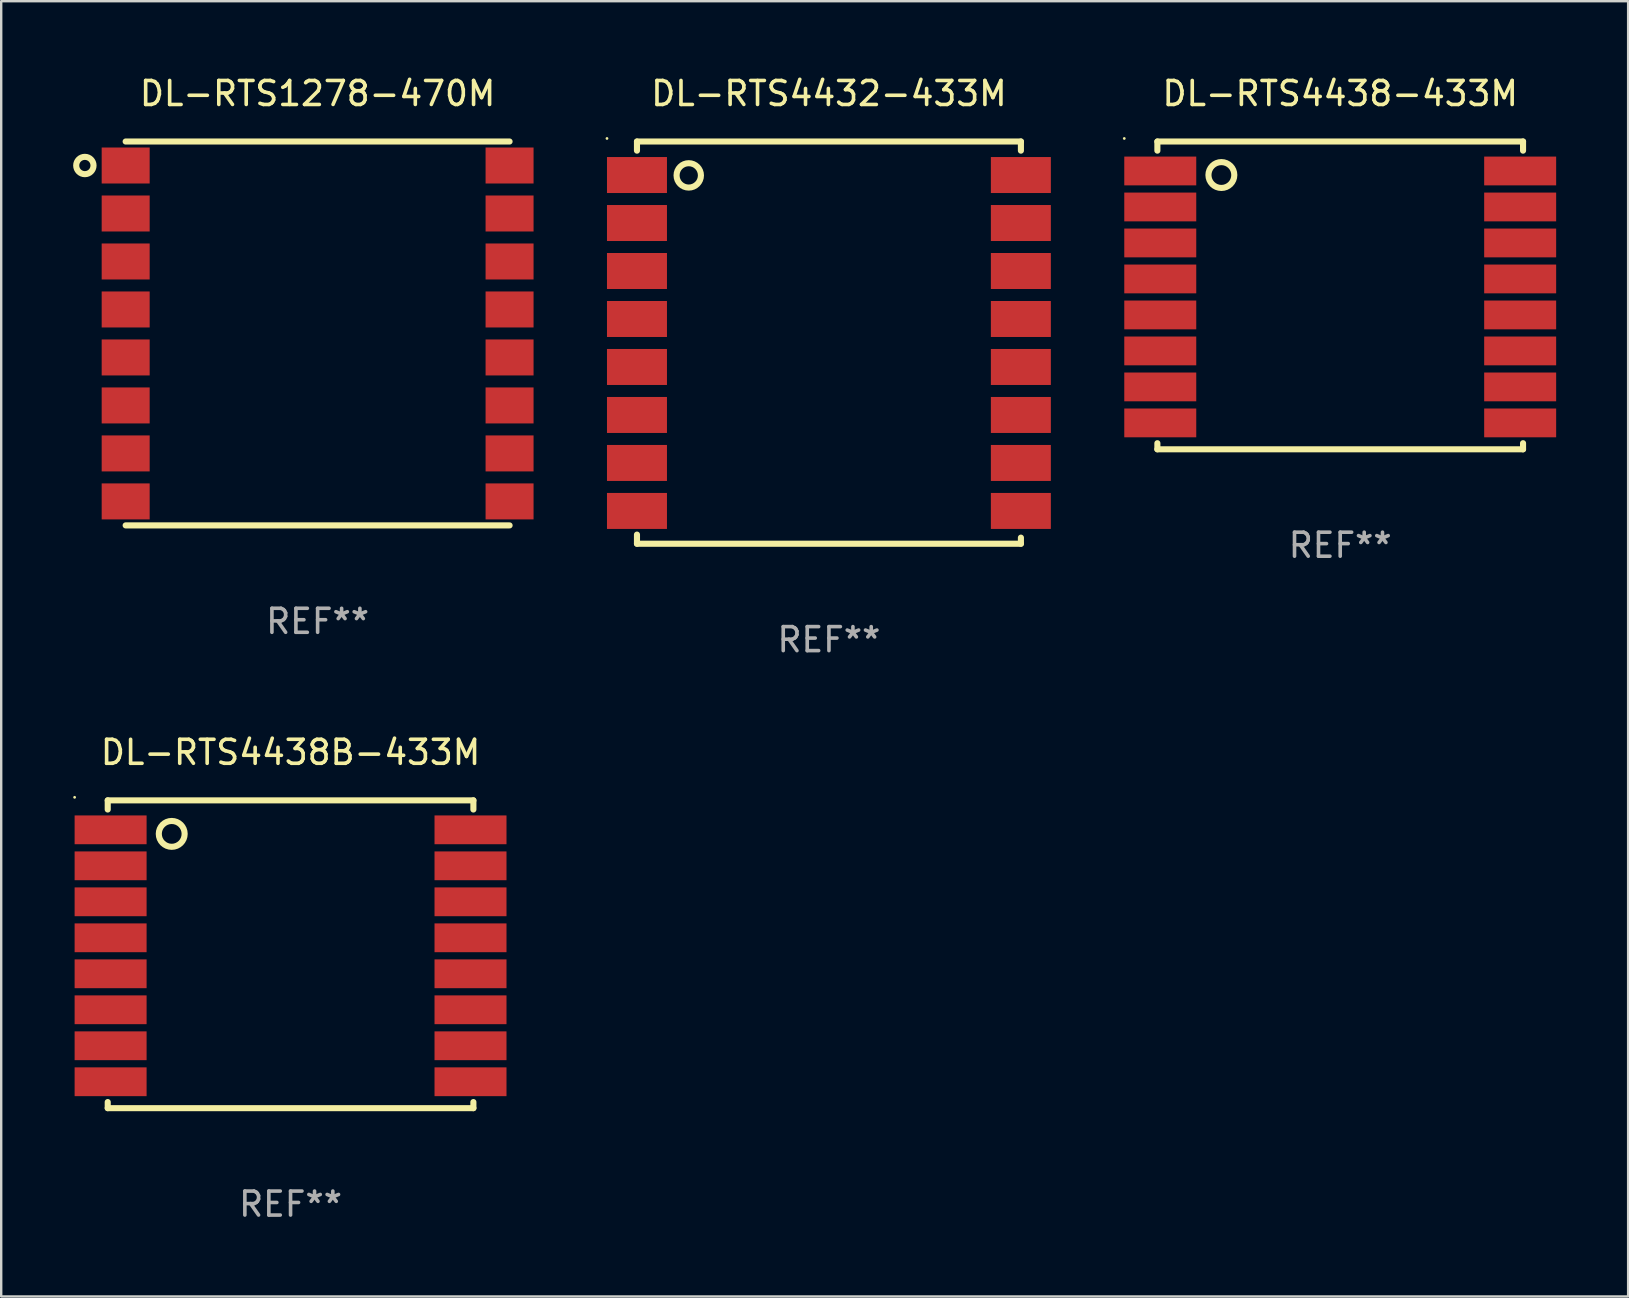
<source format=kicad_pcb>
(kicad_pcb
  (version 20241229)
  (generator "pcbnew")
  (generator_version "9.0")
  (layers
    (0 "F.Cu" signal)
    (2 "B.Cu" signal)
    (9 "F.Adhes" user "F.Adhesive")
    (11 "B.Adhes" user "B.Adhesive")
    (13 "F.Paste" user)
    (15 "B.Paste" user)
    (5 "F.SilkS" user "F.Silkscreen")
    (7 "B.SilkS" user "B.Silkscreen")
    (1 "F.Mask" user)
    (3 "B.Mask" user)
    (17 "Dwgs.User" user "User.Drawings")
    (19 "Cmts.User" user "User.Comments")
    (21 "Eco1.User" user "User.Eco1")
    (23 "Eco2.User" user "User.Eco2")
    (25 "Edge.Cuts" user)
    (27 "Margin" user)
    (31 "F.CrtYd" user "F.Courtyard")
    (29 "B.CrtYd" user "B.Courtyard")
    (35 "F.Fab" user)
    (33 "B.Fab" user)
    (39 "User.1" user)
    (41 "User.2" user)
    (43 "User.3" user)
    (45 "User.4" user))
  (footprint "DL-RTS4438B-433M"
    (layer "F.Cu")
    (at 9.06 36.722)
    (property "Reference" "DL-RTS4438B-433M" (at 0 -8.414 0) (layer "F.SilkS") (effects (font (size 1 1) (thickness 0.15))))
    (attr through_hole)
    (fp_line (start -7.62 -6.414) (end 7.62 -6.414) (stroke (width 0.254) (type solid)) (layer "F.SilkS"))
    (fp_line (start -7.62 -6.033) (end -7.62 -6.414) (stroke (width 0.254) (type solid)) (layer "F.SilkS"))
    (fp_line (start -7.62 6.16) (end -7.62 6.414) (stroke (width 0.254) (type solid)) (layer "F.SilkS"))
    (fp_line (start -7.62 6.414) (end 7.62 6.414) (stroke (width 0.254) (type solid)) (layer "F.SilkS"))
    (fp_line (start 7.62 -6.414) (end 7.62 -6.033) (stroke (width 0.254) (type solid)) (layer "F.SilkS"))
    (fp_line (start 7.62 6.414) (end 7.62 6.16) (stroke (width 0.254) (type solid)) (layer "F.SilkS"))
    (fp_circle (center -9 -6.541) (end -8.97 -6.541) (stroke (width 0.06) (type solid)) (fill no) (layer "F.SilkS"))
    (fp_circle (center -4.953 -5.017) (end -4.414 -5.017) (stroke (width 0.254) (type solid)) (fill no) (layer "F.SilkS"))
    (fp_text user "REF**" (at 0 10.414 0) (layer "F.Fab") (effects (font (size 1 1) (thickness 0.15))))
    (pad "1" smd rect (at -7.5 -5.186) (size 3 1.2) (layers "F.Cu" "F.Mask" "F.Paste"))
    (pad "2" smd rect (at -7.5 -3.686) (size 3 1.2) (layers "F.Cu" "F.Mask" "F.Paste"))
    (pad "3" smd rect (at -7.5 -2.186) (size 3 1.2) (layers "F.Cu" "F.Mask" "F.Paste"))
    (pad "4" smd rect (at -7.5 -0.686) (size 3 1.2) (layers "F.Cu" "F.Mask" "F.Paste"))
    (pad "5" smd rect (at -7.5 0.814) (size 3 1.2) (layers "F.Cu" "F.Mask" "F.Paste"))
    (pad "6" smd rect (at -7.5 2.314) (size 3 1.2) (layers "F.Cu" "F.Mask" "F.Paste"))
    (pad "7" smd rect (at -7.5 3.814) (size 3 1.2) (layers "F.Cu" "F.Mask" "F.Paste"))
    (pad "8" smd rect (at -7.5 5.314) (size 3 1.2) (layers "F.Cu" "F.Mask" "F.Paste"))
    (pad "9" smd rect (at 7.5 5.314) (size 3 1.2) (layers "F.Cu" "F.Mask" "F.Paste"))
    (pad "10" smd rect (at 7.5 3.814) (size 3 1.2) (layers "F.Cu" "F.Mask" "F.Paste"))
    (pad "11" smd rect (at 7.5 2.314) (size 3 1.2) (layers "F.Cu" "F.Mask" "F.Paste"))
    (pad "12" smd rect (at 7.5 0.814) (size 3 1.2) (layers "F.Cu" "F.Mask" "F.Paste"))
    (pad "13" smd rect (at 7.5 -0.686) (size 3 1.2) (layers "F.Cu" "F.Mask" "F.Paste"))
    (pad "14" smd rect (at 7.5 -2.186) (size 3 1.2) (layers "F.Cu" "F.Mask" "F.Paste"))
    (pad "15" smd rect (at 7.5 -3.686) (size 3 1.2) (layers "F.Cu" "F.Mask" "F.Paste"))
    (pad "16" smd rect (at 7.5 -5.186) (size 3 1.2) (layers "F.Cu" "F.Mask" "F.Paste")))
  (footprint "DL-RTS1278-470M"
    (layer "F.Cu")
    (at 10.188 10.848)
    (property "Reference" "DL-RTS1278-470M" (at 0 -10 0) (layer "F.SilkS") (effects (font (size 1 1) (thickness 0.15))))
    (attr through_hole)
    (fp_line (start -8.001 -8) (end 8 -8) (stroke (width 0.254) (type solid)) (layer "F.SilkS"))
    (fp_line (start -8.001 8) (end 8.001 8) (stroke (width 0.254) (type solid)) (layer "F.SilkS"))
    (fp_circle (center -9.701 -7) (end -9.34 -7) (stroke (width 0.254) (type solid)) (fill no) (layer "F.SilkS"))
    (fp_text user "REF**" (at 0 12 0) (layer "F.Fab") (effects (font (size 1 1) (thickness 0.15))))
    (pad "1" smd rect (at -8 -7 90) (size 1.5 2) (layers "F.Cu" "F.Mask" "F.Paste"))
    (pad "2" smd rect (at -8 -5 90) (size 1.5 2) (layers "F.Cu" "F.Mask" "F.Paste"))
    (pad "3" smd rect (at -8 -3 90) (size 1.5 2) (layers "F.Cu" "F.Mask" "F.Paste"))
    (pad "4" smd rect (at -8 -1 90) (size 1.5 2) (layers "F.Cu" "F.Mask" "F.Paste"))
    (pad "5" smd rect (at -8 1 90) (size 1.5 2) (layers "F.Cu" "F.Mask" "F.Paste"))
    (pad "6" smd rect (at -8 3 90) (size 1.5 2) (layers "F.Cu" "F.Mask" "F.Paste"))
    (pad "7" smd rect (at -8 5 90) (size 1.5 2) (layers "F.Cu" "F.Mask" "F.Paste"))
    (pad "8" smd rect (at -8 7 90) (size 1.5 2) (layers "F.Cu" "F.Mask" "F.Paste"))
    (pad "9" smd rect (at 8 7 90) (size 1.5 2) (layers "F.Cu" "F.Mask" "F.Paste"))
    (pad "10" smd rect (at 8 5 90) (size 1.5 2) (layers "F.Cu" "F.Mask" "F.Paste"))
    (pad "11" smd rect (at 8 3 90) (size 1.5 2) (layers "F.Cu" "F.Mask" "F.Paste"))
    (pad "12" smd rect (at 8 1 90) (size 1.5 2) (layers "F.Cu" "F.Mask" "F.Paste"))
    (pad "13" smd rect (at 8 -1 90) (size 1.5 2) (layers "F.Cu" "F.Mask" "F.Paste"))
    (pad "14" smd rect (at 8 -3 90) (size 1.5 2) (layers "F.Cu" "F.Mask" "F.Paste"))
    (pad "15" smd rect (at 8 -5 90) (size 1.5 2) (layers "F.Cu" "F.Mask" "F.Paste"))
    (pad "16" smd rect (at 8 -7 90) (size 1.5 2) (layers "F.Cu" "F.Mask" "F.Paste")))
  (footprint "DL-RTS4432-433M"
    (layer "F.Cu")
    (at 31.499 11.23)
    (property "Reference" "DL-RTS4432-433M" (at 0 -10.382 0) (layer "F.SilkS") (effects (font (size 1 1) (thickness 0.15))))
    (attr through_hole)
    (fp_line (start -8.001 -8.382) (end 8.001 -8.382) (stroke (width 0.254) (type solid)) (layer "F.SilkS"))
    (fp_line (start -8.001 -8.001) (end -8.001 -8.382) (stroke (width 0.254) (type solid)) (layer "F.SilkS"))
    (fp_line (start -8.001 8.001) (end -8.001 8.382) (stroke (width 0.254) (type solid)) (layer "F.SilkS"))
    (fp_line (start -8.001 8.382) (end 8.001 8.382) (stroke (width 0.254) (type solid)) (layer "F.SilkS"))
    (fp_line (start 8.001 -8.382) (end 8.001 -8.001) (stroke (width 0.254) (type solid)) (layer "F.SilkS"))
    (fp_line (start 8.001 8.382) (end 8.001 8.128) (stroke (width 0.254) (type solid)) (layer "F.SilkS"))
    (fp_circle (center -9.251 -8.509) (end -9.221 -8.509) (stroke (width 0.06) (type solid)) (fill no) (layer "F.SilkS"))
    (fp_circle (center -5.843 -6.97) (end -5.335 -6.97) (stroke (width 0.254) (type solid)) (fill no) (layer "F.SilkS"))
    (fp_text user "REF**" (at 0 12.382 0) (layer "F.Fab") (effects (font (size 1 1) (thickness 0.15))))
    (pad "1" smd rect (at -8.001 -6.985) (size 2.5 1.5) (layers "F.Cu" "F.Mask" "F.Paste"))
    (pad "2" smd rect (at -8.001 -4.985) (size 2.5 1.5) (layers "F.Cu" "F.Mask" "F.Paste"))
    (pad "3" smd rect (at -8.001 -2.985) (size 2.5 1.5) (layers "F.Cu" "F.Mask" "F.Paste"))
    (pad "4" smd rect (at -8.001 -0.985) (size 2.5 1.5) (layers "F.Cu" "F.Mask" "F.Paste"))
    (pad "5" smd rect (at -8.001 1.015) (size 2.5 1.5) (layers "F.Cu" "F.Mask" "F.Paste"))
    (pad "6" smd rect (at -8.001 3.015) (size 2.5 1.5) (layers "F.Cu" "F.Mask" "F.Paste"))
    (pad "7" smd rect (at -8.001 5.015) (size 2.5 1.5) (layers "F.Cu" "F.Mask" "F.Paste"))
    (pad "8" smd rect (at -8.001 7.015) (size 2.5 1.5) (layers "F.Cu" "F.Mask" "F.Paste"))
    (pad "9" smd rect (at 7.999 7.015) (size 2.5 1.5) (layers "F.Cu" "F.Mask" "F.Paste"))
    (pad "10" smd rect (at 7.999 5.015) (size 2.5 1.5) (layers "F.Cu" "F.Mask" "F.Paste"))
    (pad "11" smd rect (at 7.999 3.015) (size 2.5 1.5) (layers "F.Cu" "F.Mask" "F.Paste"))
    (pad "12" smd rect (at 7.999 1.015) (size 2.5 1.5) (layers "F.Cu" "F.Mask" "F.Paste"))
    (pad "13" smd rect (at 7.999 -0.985) (size 2.5 1.5) (layers "F.Cu" "F.Mask" "F.Paste"))
    (pad "14" smd rect (at 7.999 -2.985) (size 2.5 1.5) (layers "F.Cu" "F.Mask" "F.Paste"))
    (pad "15" smd rect (at 7.999 -4.985) (size 2.5 1.5) (layers "F.Cu" "F.Mask" "F.Paste"))
    (pad "16" smd rect (at 7.999 -6.985) (size 2.5 1.5) (layers "F.Cu" "F.Mask" "F.Paste")))
  (footprint "DL-RTS4438-433M"
    (layer "F.Cu")
    (at 52.808 9.262)
    (property "Reference" "DL-RTS4438-433M" (at 0 -8.414 0) (layer "F.SilkS") (effects (font (size 1 1) (thickness 0.15))))
    (attr through_hole)
    (fp_line (start -7.62 -6.414) (end 7.62 -6.414) (stroke (width 0.254) (type solid)) (layer "F.SilkS"))
    (fp_line (start -7.62 -6.033) (end -7.62 -6.414) (stroke (width 0.254) (type solid)) (layer "F.SilkS"))
    (fp_line (start -7.62 6.16) (end -7.62 6.414) (stroke (width 0.254) (type solid)) (layer "F.SilkS"))
    (fp_line (start -7.62 6.414) (end 7.62 6.414) (stroke (width 0.254) (type solid)) (layer "F.SilkS"))
    (fp_line (start 7.62 -6.414) (end 7.62 -6.033) (stroke (width 0.254) (type solid)) (layer "F.SilkS"))
    (fp_line (start 7.62 6.414) (end 7.62 6.16) (stroke (width 0.254) (type solid)) (layer "F.SilkS"))
    (fp_circle (center -9 -6.541) (end -8.97 -6.541) (stroke (width 0.06) (type solid)) (fill no) (layer "F.SilkS"))
    (fp_circle (center -4.953 -5.017) (end -4.414 -5.017) (stroke (width 0.254) (type solid)) (fill no) (layer "F.SilkS"))
    (fp_text user "REF**" (at 0 10.414 0) (layer "F.Fab") (effects (font (size 1 1) (thickness 0.15))))
    (pad "1" smd rect (at -7.5 -5.186) (size 3 1.2) (layers "F.Cu" "F.Mask" "F.Paste"))
    (pad "2" smd rect (at -7.5 -3.686) (size 3 1.2) (layers "F.Cu" "F.Mask" "F.Paste"))
    (pad "3" smd rect (at -7.5 -2.186) (size 3 1.2) (layers "F.Cu" "F.Mask" "F.Paste"))
    (pad "4" smd rect (at -7.5 -0.686) (size 3 1.2) (layers "F.Cu" "F.Mask" "F.Paste"))
    (pad "5" smd rect (at -7.5 0.814) (size 3 1.2) (layers "F.Cu" "F.Mask" "F.Paste"))
    (pad "6" smd rect (at -7.5 2.314) (size 3 1.2) (layers "F.Cu" "F.Mask" "F.Paste"))
    (pad "7" smd rect (at -7.5 3.814) (size 3 1.2) (layers "F.Cu" "F.Mask" "F.Paste"))
    (pad "8" smd rect (at -7.5 5.314) (size 3 1.2) (layers "F.Cu" "F.Mask" "F.Paste"))
    (pad "9" smd rect (at 7.5 5.314) (size 3 1.2) (layers "F.Cu" "F.Mask" "F.Paste"))
    (pad "10" smd rect (at 7.5 3.814) (size 3 1.2) (layers "F.Cu" "F.Mask" "F.Paste"))
    (pad "11" smd rect (at 7.5 2.314) (size 3 1.2) (layers "F.Cu" "F.Mask" "F.Paste"))
    (pad "12" smd rect (at 7.5 0.814) (size 3 1.2) (layers "F.Cu" "F.Mask" "F.Paste"))
    (pad "13" smd rect (at 7.5 -0.686) (size 3 1.2) (layers "F.Cu" "F.Mask" "F.Paste"))
    (pad "14" smd rect (at 7.5 -2.186) (size 3 1.2) (layers "F.Cu" "F.Mask" "F.Paste"))
    (pad "15" smd rect (at 7.5 -3.686) (size 3 1.2) (layers "F.Cu" "F.Mask" "F.Paste"))
    (pad "16" smd rect (at 7.5 -5.186) (size 3 1.2) (layers "F.Cu" "F.Mask" "F.Paste")))
  (gr_rect
    (start -3 -3)
    (end 64.808 50.984)
    (stroke (width 0.1) (type default))
    (fill no)
    (layer "Edge.Cuts")))
</source>
